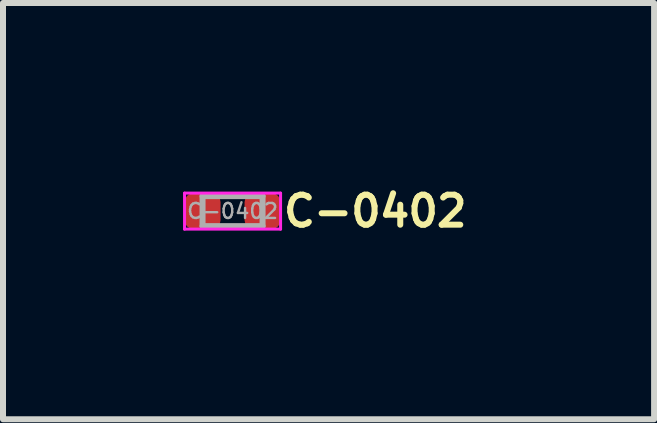
<source format=kicad_pcb>
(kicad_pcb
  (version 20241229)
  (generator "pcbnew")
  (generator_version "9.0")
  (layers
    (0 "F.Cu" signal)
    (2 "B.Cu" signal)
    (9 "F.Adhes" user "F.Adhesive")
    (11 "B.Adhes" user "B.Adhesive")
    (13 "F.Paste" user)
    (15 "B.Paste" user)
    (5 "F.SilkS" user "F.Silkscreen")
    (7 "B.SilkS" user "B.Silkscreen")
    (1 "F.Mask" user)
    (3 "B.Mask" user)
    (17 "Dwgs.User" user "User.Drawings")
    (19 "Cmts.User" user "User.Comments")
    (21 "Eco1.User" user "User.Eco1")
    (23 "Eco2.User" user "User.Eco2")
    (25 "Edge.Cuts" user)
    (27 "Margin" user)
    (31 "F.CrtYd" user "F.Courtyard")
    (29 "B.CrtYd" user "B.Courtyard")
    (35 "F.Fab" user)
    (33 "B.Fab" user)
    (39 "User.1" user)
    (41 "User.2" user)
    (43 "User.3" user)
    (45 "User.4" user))
  (footprint "C-0402"
    (layer "F.Cu")
    (at 0.825 0.468)
    (property "Reference" "C-0402" (at 0.8 0 0) (layer "F.SilkS") (effects (font (size 0.5 0.5) (thickness 0.1)) (justify left)))
    (attr smd)
    (fp_line (start -0.8 -0.3) (end 0.8 -0.3) (stroke (width 0.05) (type solid)) (layer "F.CrtYd"))
    (fp_line (start -0.8 0.3) (end -0.8 -0.3) (stroke (width 0.05) (type solid)) (layer "F.CrtYd"))
    (fp_line (start 0.8 -0.3) (end 0.8 0.3) (stroke (width 0.05) (type solid)) (layer "F.CrtYd"))
    (fp_line (start 0.8 0.3) (end -0.8 0.3) (stroke (width 0.05) (type solid)) (layer "F.CrtYd"))
    (fp_line (start -0.5 -0.25) (end 0.5 -0.25) (stroke (width 0.1) (type solid)) (layer "F.Fab"))
    (fp_line (start -0.5 0.25) (end -0.5 -0.25) (stroke (width 0.1) (type solid)) (layer "F.Fab"))
    (fp_line (start 0.5 -0.25) (end 0.5 0.25) (stroke (width 0.1) (type solid)) (layer "F.Fab"))
    (fp_line (start 0.5 0.25) (end -0.5 0.25) (stroke (width 0.1) (type solid)) (layer "F.Fab"))
    (fp_text user "${REFERENCE}" (at 0 0 0) (layer "F.Fab") (effects (font (size 0.25 0.25) (thickness 0.04))))
    (pad "1" smd roundrect (at -0.5 0) (size 0.6 0.6) (layers "F.Cu" "F.Mask" "F.Paste") (roundrect_rratio 0.25))
    (pad "2" smd roundrect (at 0.5 0) (size 0.6 0.6) (layers "F.Cu" "F.Mask" "F.Paste") (roundrect_rratio 0.25)))
  (gr_rect
    (start -3 -3)
    (end 7.849 3.936)
    (stroke (width 0.1) (type default))
    (fill no)
    (layer "Edge.Cuts")))
</source>
